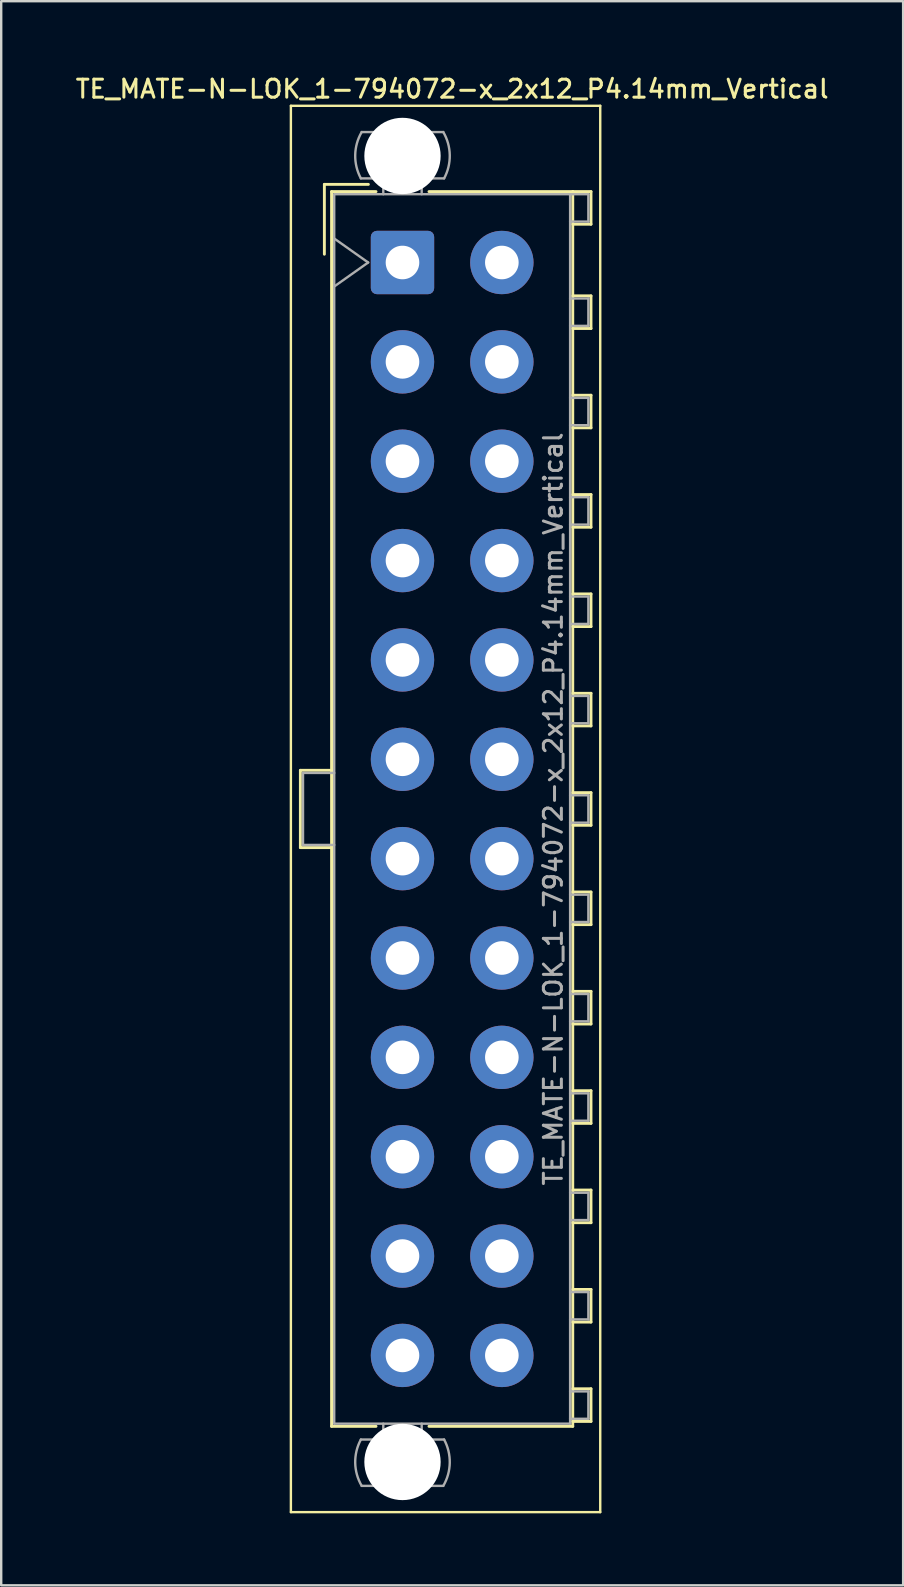
<source format=kicad_pcb>
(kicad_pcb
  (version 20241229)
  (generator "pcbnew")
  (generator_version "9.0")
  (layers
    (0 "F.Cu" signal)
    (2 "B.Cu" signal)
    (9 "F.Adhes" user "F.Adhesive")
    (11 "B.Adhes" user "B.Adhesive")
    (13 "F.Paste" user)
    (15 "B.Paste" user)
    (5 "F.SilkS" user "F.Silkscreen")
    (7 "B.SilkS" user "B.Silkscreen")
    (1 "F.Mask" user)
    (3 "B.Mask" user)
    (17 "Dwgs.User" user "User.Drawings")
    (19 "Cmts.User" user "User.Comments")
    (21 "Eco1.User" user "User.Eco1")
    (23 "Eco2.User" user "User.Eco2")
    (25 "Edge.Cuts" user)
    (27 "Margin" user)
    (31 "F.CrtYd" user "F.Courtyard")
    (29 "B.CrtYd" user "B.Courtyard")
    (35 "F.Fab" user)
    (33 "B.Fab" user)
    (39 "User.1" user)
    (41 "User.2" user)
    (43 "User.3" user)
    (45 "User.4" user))
  (footprint "TE_MATE-N-LOK_1-794072-x_2x12_P4.14mm_Vertical"
    (layer "F.Cu")
    (at 13.721 7.888)
    (property "Reference" "TE_MATE-N-LOK_1-794072-x_2x12_P4.14mm_Vertical" (at 2.07 -7.23 0) (layer "F.SilkS") (effects (font (size 0.75 0.75) (thickness 0.125))))
    (attr through_hole)
    (fp_line (start -4.65 -6.53) (end -4.65 52.07) (stroke (width 0.1) (type solid)) (layer "F.SilkS"))
    (fp_line (start -4.65 52.07) (end 8.24 52.07) (stroke (width 0.1) (type solid)) (layer "F.SilkS"))
    (fp_line (start -4.255 21.16) (end -4.255 24.38) (stroke (width 0.12) (type solid)) (layer "F.SilkS"))
    (fp_line (start -4.255 24.38) (end -2.955 24.38) (stroke (width 0.12) (type solid)) (layer "F.SilkS"))
    (fp_line (start -3.255 -3.255) (end -3.255 -0.345) (stroke (width 0.12) (type solid)) (layer "F.SilkS"))
    (fp_line (start -2.955 -2.955) (end -2.955 48.495) (stroke (width 0.12) (type solid)) (layer "F.SilkS"))
    (fp_line (start -2.955 21.16) (end -4.255 21.16) (stroke (width 0.12) (type solid)) (layer "F.SilkS"))
    (fp_line (start -2.955 48.495) (end -1.103 48.495) (stroke (width 0.12) (type solid)) (layer "F.SilkS"))
    (fp_line (start -1.421 -3.255) (end -3.255 -3.255) (stroke (width 0.12) (type solid)) (layer "F.SilkS"))
    (fp_line (start -1.103 -2.955) (end -2.955 -2.955) (stroke (width 0.12) (type solid)) (layer "F.SilkS"))
    (fp_line (start 1.103 -2.955) (end 7.095 -2.955) (stroke (width 0.12) (type solid)) (layer "F.SilkS"))
    (fp_line (start 7.095 -2.955) (end 7.095 48.495) (stroke (width 0.12) (type solid)) (layer "F.SilkS"))
    (fp_line (start 7.095 -2.955) (end 7.855 -2.955) (stroke (width 0.12) (type solid)) (layer "F.SilkS"))
    (fp_line (start 7.095 1.39) (end 7.855 1.39) (stroke (width 0.12) (type solid)) (layer "F.SilkS"))
    (fp_line (start 7.095 5.53) (end 7.855 5.53) (stroke (width 0.12) (type solid)) (layer "F.SilkS"))
    (fp_line (start 7.095 9.67) (end 7.855 9.67) (stroke (width 0.12) (type solid)) (layer "F.SilkS"))
    (fp_line (start 7.095 13.81) (end 7.855 13.81) (stroke (width 0.12) (type solid)) (layer "F.SilkS"))
    (fp_line (start 7.095 17.95) (end 7.855 17.95) (stroke (width 0.12) (type solid)) (layer "F.SilkS"))
    (fp_line (start 7.095 22.09) (end 7.855 22.09) (stroke (width 0.12) (type solid)) (layer "F.SilkS"))
    (fp_line (start 7.095 26.23) (end 7.855 26.23) (stroke (width 0.12) (type solid)) (layer "F.SilkS"))
    (fp_line (start 7.095 30.37) (end 7.855 30.37) (stroke (width 0.12) (type solid)) (layer "F.SilkS"))
    (fp_line (start 7.095 34.51) (end 7.855 34.51) (stroke (width 0.12) (type solid)) (layer "F.SilkS"))
    (fp_line (start 7.095 38.65) (end 7.855 38.65) (stroke (width 0.12) (type solid)) (layer "F.SilkS"))
    (fp_line (start 7.095 42.79) (end 7.855 42.79) (stroke (width 0.12) (type solid)) (layer "F.SilkS"))
    (fp_line (start 7.095 46.93) (end 7.855 46.93) (stroke (width 0.12) (type solid)) (layer "F.SilkS"))
    (fp_line (start 7.095 48.495) (end 1.103 48.495) (stroke (width 0.12) (type solid)) (layer "F.SilkS"))
    (fp_line (start 7.855 -2.955) (end 7.855 -1.595) (stroke (width 0.12) (type solid)) (layer "F.SilkS"))
    (fp_line (start 7.855 -1.595) (end 7.095 -1.595) (stroke (width 0.12) (type solid)) (layer "F.SilkS"))
    (fp_line (start 7.855 1.39) (end 7.855 2.75) (stroke (width 0.12) (type solid)) (layer "F.SilkS"))
    (fp_line (start 7.855 2.75) (end 7.095 2.75) (stroke (width 0.12) (type solid)) (layer "F.SilkS"))
    (fp_line (start 7.855 5.53) (end 7.855 6.89) (stroke (width 0.12) (type solid)) (layer "F.SilkS"))
    (fp_line (start 7.855 6.89) (end 7.095 6.89) (stroke (width 0.12) (type solid)) (layer "F.SilkS"))
    (fp_line (start 7.855 9.67) (end 7.855 11.03) (stroke (width 0.12) (type solid)) (layer "F.SilkS"))
    (fp_line (start 7.855 11.03) (end 7.095 11.03) (stroke (width 0.12) (type solid)) (layer "F.SilkS"))
    (fp_line (start 7.855 13.81) (end 7.855 15.17) (stroke (width 0.12) (type solid)) (layer "F.SilkS"))
    (fp_line (start 7.855 15.17) (end 7.095 15.17) (stroke (width 0.12) (type solid)) (layer "F.SilkS"))
    (fp_line (start 7.855 17.95) (end 7.855 19.31) (stroke (width 0.12) (type solid)) (layer "F.SilkS"))
    (fp_line (start 7.855 19.31) (end 7.095 19.31) (stroke (width 0.12) (type solid)) (layer "F.SilkS"))
    (fp_line (start 7.855 22.09) (end 7.855 23.45) (stroke (width 0.12) (type solid)) (layer "F.SilkS"))
    (fp_line (start 7.855 23.45) (end 7.095 23.45) (stroke (width 0.12) (type solid)) (layer "F.SilkS"))
    (fp_line (start 7.855 26.23) (end 7.855 27.59) (stroke (width 0.12) (type solid)) (layer "F.SilkS"))
    (fp_line (start 7.855 27.59) (end 7.095 27.59) (stroke (width 0.12) (type solid)) (layer "F.SilkS"))
    (fp_line (start 7.855 30.37) (end 7.855 31.73) (stroke (width 0.12) (type solid)) (layer "F.SilkS"))
    (fp_line (start 7.855 31.73) (end 7.095 31.73) (stroke (width 0.12) (type solid)) (layer "F.SilkS"))
    (fp_line (start 7.855 34.51) (end 7.855 35.87) (stroke (width 0.12) (type solid)) (layer "F.SilkS"))
    (fp_line (start 7.855 35.87) (end 7.095 35.87) (stroke (width 0.12) (type solid)) (layer "F.SilkS"))
    (fp_line (start 7.855 38.65) (end 7.855 40.01) (stroke (width 0.12) (type solid)) (layer "F.SilkS"))
    (fp_line (start 7.855 40.01) (end 7.095 40.01) (stroke (width 0.12) (type solid)) (layer "F.SilkS"))
    (fp_line (start 7.855 42.79) (end 7.855 44.15) (stroke (width 0.12) (type solid)) (layer "F.SilkS"))
    (fp_line (start 7.855 44.15) (end 7.095 44.15) (stroke (width 0.12) (type solid)) (layer "F.SilkS"))
    (fp_line (start 7.855 46.93) (end 7.855 48.29) (stroke (width 0.12) (type solid)) (layer "F.SilkS"))
    (fp_line (start 7.855 48.29) (end 7.095 48.29) (stroke (width 0.12) (type solid)) (layer "F.SilkS"))
    (fp_line (start 8.24 -6.53) (end -4.65 -6.53) (stroke (width 0.1) (type solid)) (layer "F.SilkS"))
    (fp_line (start 8.24 52.07) (end 8.24 -6.53) (stroke (width 0.1) (type solid)) (layer "F.SilkS"))
    (fp_line (start -4.145 21.27) (end -4.145 24.27) (stroke (width 0.1) (type solid)) (layer "F.Fab"))
    (fp_line (start -4.145 24.27) (end -2.845 24.27) (stroke (width 0.1) (type solid)) (layer "F.Fab"))
    (fp_line (start -2.845 -2.845) (end -2.845 48.385) (stroke (width 0.1) (type solid)) (layer "F.Fab"))
    (fp_line (start -2.845 -1) (end -1.431 0) (stroke (width 0.1) (type solid)) (layer "F.Fab"))
    (fp_line (start -2.845 21.27) (end -4.145 21.27) (stroke (width 0.1) (type solid)) (layer "F.Fab"))
    (fp_line (start -2.845 48.385) (end 6.985 48.385) (stroke (width 0.1) (type solid)) (layer "F.Fab"))
    (fp_line (start -1.431 0) (end -2.845 1) (stroke (width 0.1) (type solid)) (layer "F.Fab"))
    (fp_line (start -0.8 -2.845) (end -0.8 -3.505) (stroke (width 0.1) (type solid)) (layer "F.Fab"))
    (fp_line (start -0.8 48.385) (end -0.8 49.045) (stroke (width 0.1) (type solid)) (layer "F.Fab"))
    (fp_line (start 0.8 -2.845) (end 0.8 -3.505) (stroke (width 0.1) (type solid)) (layer "F.Fab"))
    (fp_line (start 0.8 48.385) (end 0.8 49.045) (stroke (width 0.1) (type solid)) (layer "F.Fab"))
    (fp_line (start 1.7 -5.436) (end -1.7 -5.436) (stroke (width 0.1) (type solid)) (layer "F.Fab"))
    (fp_line (start 1.7 50.976) (end -1.7 50.976) (stroke (width 0.1) (type solid)) (layer "F.Fab"))
    (fp_line (start 1.734 -3.505) (end -1.734 -3.505) (stroke (width 0.1) (type solid)) (layer "F.Fab"))
    (fp_line (start 1.734 49.045) (end -1.734 49.045) (stroke (width 0.1) (type solid)) (layer "F.Fab"))
    (fp_line (start 6.985 -2.845) (end -2.845 -2.845) (stroke (width 0.1) (type solid)) (layer "F.Fab"))
    (fp_line (start 6.985 -2.845) (end 7.745 -2.845) (stroke (width 0.1) (type solid)) (layer "F.Fab"))
    (fp_line (start 6.985 1.5) (end 7.745 1.5) (stroke (width 0.1) (type solid)) (layer "F.Fab"))
    (fp_line (start 6.985 5.64) (end 7.745 5.64) (stroke (width 0.1) (type solid)) (layer "F.Fab"))
    (fp_line (start 6.985 9.78) (end 7.745 9.78) (stroke (width 0.1) (type solid)) (layer "F.Fab"))
    (fp_line (start 6.985 13.92) (end 7.745 13.92) (stroke (width 0.1) (type solid)) (layer "F.Fab"))
    (fp_line (start 6.985 18.06) (end 7.745 18.06) (stroke (width 0.1) (type solid)) (layer "F.Fab"))
    (fp_line (start 6.985 22.2) (end 7.745 22.2) (stroke (width 0.1) (type solid)) (layer "F.Fab"))
    (fp_line (start 6.985 26.34) (end 7.745 26.34) (stroke (width 0.1) (type solid)) (layer "F.Fab"))
    (fp_line (start 6.985 30.48) (end 7.745 30.48) (stroke (width 0.1) (type solid)) (layer "F.Fab"))
    (fp_line (start 6.985 34.62) (end 7.745 34.62) (stroke (width 0.1) (type solid)) (layer "F.Fab"))
    (fp_line (start 6.985 38.76) (end 7.745 38.76) (stroke (width 0.1) (type solid)) (layer "F.Fab"))
    (fp_line (start 6.985 42.9) (end 7.745 42.9) (stroke (width 0.1) (type solid)) (layer "F.Fab"))
    (fp_line (start 6.985 47.04) (end 7.745 47.04) (stroke (width 0.1) (type solid)) (layer "F.Fab"))
    (fp_line (start 6.985 48.385) (end 6.985 -2.845) (stroke (width 0.1) (type solid)) (layer "F.Fab"))
    (fp_line (start 7.745 -2.845) (end 7.745 -1.705) (stroke (width 0.1) (type solid)) (layer "F.Fab"))
    (fp_line (start 7.745 -1.705) (end 6.985 -1.705) (stroke (width 0.1) (type solid)) (layer "F.Fab"))
    (fp_line (start 7.745 1.5) (end 7.745 2.64) (stroke (width 0.1) (type solid)) (layer "F.Fab"))
    (fp_line (start 7.745 2.64) (end 6.985 2.64) (stroke (width 0.1) (type solid)) (layer "F.Fab"))
    (fp_line (start 7.745 5.64) (end 7.745 6.78) (stroke (width 0.1) (type solid)) (layer "F.Fab"))
    (fp_line (start 7.745 6.78) (end 6.985 6.78) (stroke (width 0.1) (type solid)) (layer "F.Fab"))
    (fp_line (start 7.745 9.78) (end 7.745 10.92) (stroke (width 0.1) (type solid)) (layer "F.Fab"))
    (fp_line (start 7.745 10.92) (end 6.985 10.92) (stroke (width 0.1) (type solid)) (layer "F.Fab"))
    (fp_line (start 7.745 13.92) (end 7.745 15.06) (stroke (width 0.1) (type solid)) (layer "F.Fab"))
    (fp_line (start 7.745 15.06) (end 6.985 15.06) (stroke (width 0.1) (type solid)) (layer "F.Fab"))
    (fp_line (start 7.745 18.06) (end 7.745 19.2) (stroke (width 0.1) (type solid)) (layer "F.Fab"))
    (fp_line (start 7.745 19.2) (end 6.985 19.2) (stroke (width 0.1) (type solid)) (layer "F.Fab"))
    (fp_line (start 7.745 22.2) (end 7.745 23.34) (stroke (width 0.1) (type solid)) (layer "F.Fab"))
    (fp_line (start 7.745 23.34) (end 6.985 23.34) (stroke (width 0.1) (type solid)) (layer "F.Fab"))
    (fp_line (start 7.745 26.34) (end 7.745 27.48) (stroke (width 0.1) (type solid)) (layer "F.Fab"))
    (fp_line (start 7.745 27.48) (end 6.985 27.48) (stroke (width 0.1) (type solid)) (layer "F.Fab"))
    (fp_line (start 7.745 30.48) (end 7.745 31.62) (stroke (width 0.1) (type solid)) (layer "F.Fab"))
    (fp_line (start 7.745 31.62) (end 6.985 31.62) (stroke (width 0.1) (type solid)) (layer "F.Fab"))
    (fp_line (start 7.745 34.62) (end 7.745 35.76) (stroke (width 0.1) (type solid)) (layer "F.Fab"))
    (fp_line (start 7.745 35.76) (end 6.985 35.76) (stroke (width 0.1) (type solid)) (layer "F.Fab"))
    (fp_line (start 7.745 38.76) (end 7.745 39.9) (stroke (width 0.1) (type solid)) (layer "F.Fab"))
    (fp_line (start 7.745 39.9) (end 6.985 39.9) (stroke (width 0.1) (type solid)) (layer "F.Fab"))
    (fp_line (start 7.745 42.9) (end 7.745 44.04) (stroke (width 0.1) (type solid)) (layer "F.Fab"))
    (fp_line (start 7.745 44.04) (end 6.985 44.04) (stroke (width 0.1) (type solid)) (layer "F.Fab"))
    (fp_line (start 7.745 47.04) (end 7.745 48.18) (stroke (width 0.1) (type solid)) (layer "F.Fab"))
    (fp_line (start 7.745 48.18) (end 6.985 48.18) (stroke (width 0.1) (type solid)) (layer "F.Fab"))
    (fp_arc (start -1.733977 -3.505) (mid -1.96969 -4.474992) (end -1.699672 -5.436) (stroke (width 0.1) (type solid)) (layer "F.Fab"))
    (fp_arc (start -1.699672 50.976) (mid -1.969689 50.014992) (end -1.733977 49.045) (stroke (width 0.1) (type solid)) (layer "F.Fab"))
    (fp_arc (start 1.699672 -5.436) (mid 1.969689 -4.474992) (end 1.733977 -3.505) (stroke (width 0.1) (type solid)) (layer "F.Fab"))
    (fp_arc (start 1.733977 49.045) (mid 1.96969 50.014992) (end 1.699672 50.976) (stroke (width 0.1) (type solid)) (layer "F.Fab"))
    (fp_text user "${REFERENCE}" (at 6.28 22.77 90) (layer "F.Fab") (effects (font (size 0.75 0.75) (thickness 0.125))))
    (pad "" np_thru_hole circle (at 0 -4.44) (size 3.18 3.18) (drill 3.18) (layers "*.Cu" "*.Mask"))
    (pad "" np_thru_hole circle (at 0 49.98) (size 3.18 3.18) (drill 3.18) (layers "*.Cu" "*.Mask"))
    (pad "1" thru_hole roundrect (at 0 0) (size 2.64 2.64) (drill 1.4) (layers "*.Cu" "*.Mask") (roundrect_rratio 0.095))
    (pad "2" thru_hole circle (at 0 4.14) (size 2.64 2.64) (drill 1.4) (layers "*.Cu" "*.Mask"))
    (pad "3" thru_hole circle (at 0 8.28) (size 2.64 2.64) (drill 1.4) (layers "*.Cu" "*.Mask"))
    (pad "4" thru_hole circle (at 0 12.42) (size 2.64 2.64) (drill 1.4) (layers "*.Cu" "*.Mask"))
    (pad "5" thru_hole circle (at 0 16.56) (size 2.64 2.64) (drill 1.4) (layers "*.Cu" "*.Mask"))
    (pad "6" thru_hole circle (at 0 20.7) (size 2.64 2.64) (drill 1.4) (layers "*.Cu" "*.Mask"))
    (pad "7" thru_hole circle (at 0 24.84) (size 2.64 2.64) (drill 1.4) (layers "*.Cu" "*.Mask"))
    (pad "8" thru_hole circle (at 0 28.98) (size 2.64 2.64) (drill 1.4) (layers "*.Cu" "*.Mask"))
    (pad "9" thru_hole circle (at 0 33.12) (size 2.64 2.64) (drill 1.4) (layers "*.Cu" "*.Mask"))
    (pad "10" thru_hole circle (at 0 37.26) (size 2.64 2.64) (drill 1.4) (layers "*.Cu" "*.Mask"))
    (pad "11" thru_hole circle (at 0 41.4) (size 2.64 2.64) (drill 1.4) (layers "*.Cu" "*.Mask"))
    (pad "12" thru_hole circle (at 0 45.54) (size 2.64 2.64) (drill 1.4) (layers "*.Cu" "*.Mask"))
    (pad "13" thru_hole circle (at 4.14 0) (size 2.64 2.64) (drill 1.4) (layers "*.Cu" "*.Mask"))
    (pad "14" thru_hole circle (at 4.14 4.14) (size 2.64 2.64) (drill 1.4) (layers "*.Cu" "*.Mask"))
    (pad "15" thru_hole circle (at 4.14 8.28) (size 2.64 2.64) (drill 1.4) (layers "*.Cu" "*.Mask"))
    (pad "16" thru_hole circle (at 4.14 12.42) (size 2.64 2.64) (drill 1.4) (layers "*.Cu" "*.Mask"))
    (pad "17" thru_hole circle (at 4.14 16.56) (size 2.64 2.64) (drill 1.4) (layers "*.Cu" "*.Mask"))
    (pad "18" thru_hole circle (at 4.14 20.7) (size 2.64 2.64) (drill 1.4) (layers "*.Cu" "*.Mask"))
    (pad "19" thru_hole circle (at 4.14 24.84) (size 2.64 2.64) (drill 1.4) (layers "*.Cu" "*.Mask"))
    (pad "20" thru_hole circle (at 4.14 28.98) (size 2.64 2.64) (drill 1.4) (layers "*.Cu" "*.Mask"))
    (pad "21" thru_hole circle (at 4.14 33.12) (size 2.64 2.64) (drill 1.4) (layers "*.Cu" "*.Mask"))
    (pad "22" thru_hole circle (at 4.14 37.26) (size 2.64 2.64) (drill 1.4) (layers "*.Cu" "*.Mask"))
    (pad "23" thru_hole circle (at 4.14 41.4) (size 2.64 2.64) (drill 1.4) (layers "*.Cu" "*.Mask"))
    (pad "24" thru_hole circle (at 4.14 45.54) (size 2.64 2.64) (drill 1.4) (layers "*.Cu" "*.Mask")))
  (gr_rect
    (start -3 -3)
    (end 34.582 63.008)
    (stroke (width 0.1) (type default))
    (fill no)
    (layer "Edge.Cuts")))
</source>
